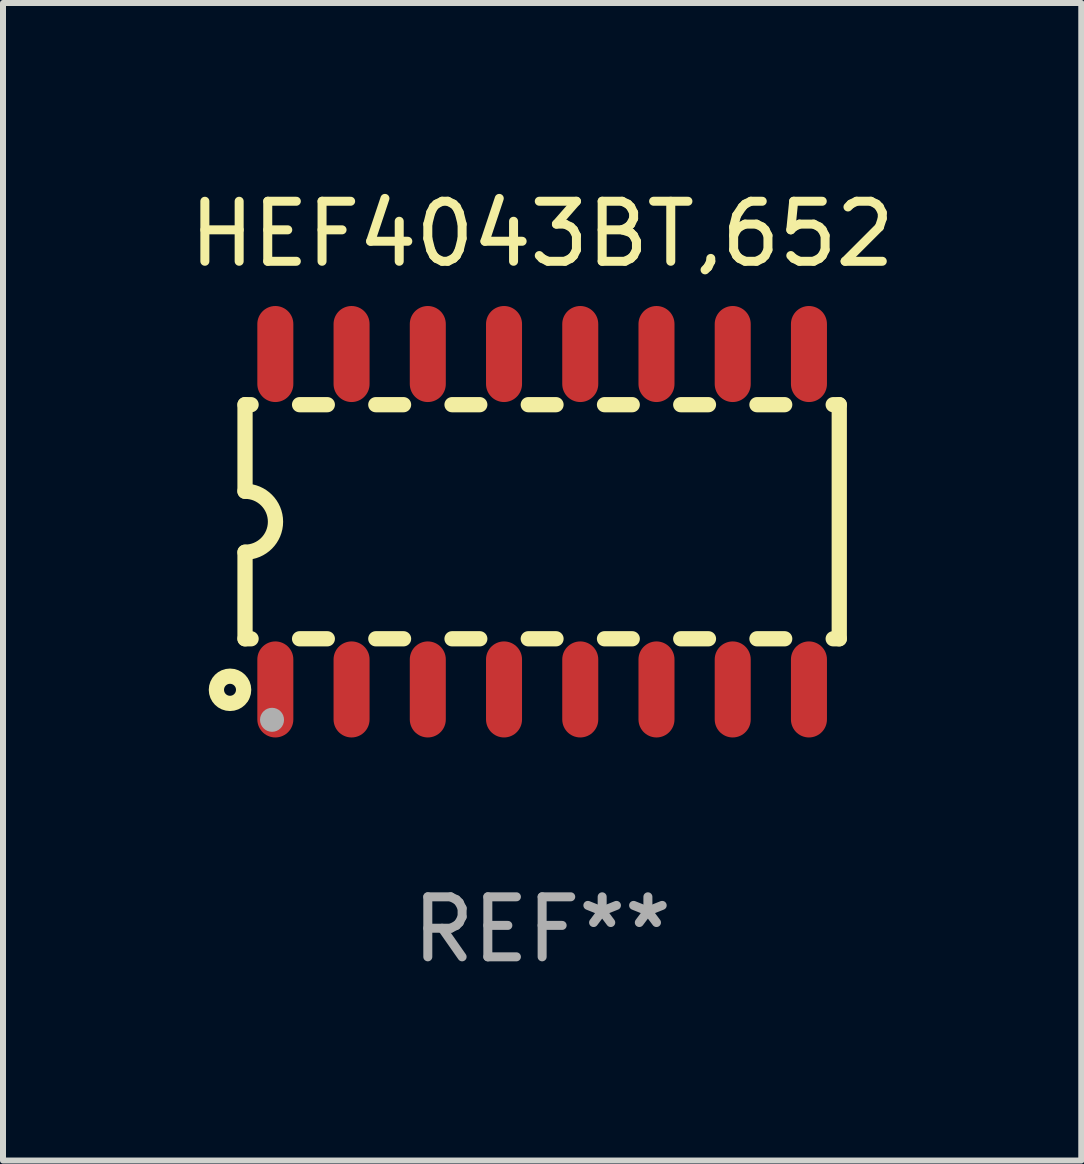
<source format=kicad_pcb>
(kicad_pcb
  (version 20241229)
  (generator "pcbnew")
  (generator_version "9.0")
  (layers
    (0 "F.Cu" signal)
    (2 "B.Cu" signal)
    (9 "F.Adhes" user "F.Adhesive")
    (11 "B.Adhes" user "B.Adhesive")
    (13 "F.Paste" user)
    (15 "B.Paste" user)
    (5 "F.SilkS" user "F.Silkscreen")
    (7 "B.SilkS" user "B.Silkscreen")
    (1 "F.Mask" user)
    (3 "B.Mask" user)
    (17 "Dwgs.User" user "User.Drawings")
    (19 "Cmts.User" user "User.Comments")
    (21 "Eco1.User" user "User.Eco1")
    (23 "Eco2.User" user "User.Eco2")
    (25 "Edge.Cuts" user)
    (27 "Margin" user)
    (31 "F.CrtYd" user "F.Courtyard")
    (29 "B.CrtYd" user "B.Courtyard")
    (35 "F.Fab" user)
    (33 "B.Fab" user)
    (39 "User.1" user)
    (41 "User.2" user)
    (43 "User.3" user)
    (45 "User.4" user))
  (footprint "HEF4043BT,652"
    (layer "F.Cu")
    (at 5.982 5.642)
    (property "Reference" "HEF4043BT,652" (at 0 -4.794 0) (layer "F.SilkS") (effects (font (size 1 1) (thickness 0.15))))
    (attr through_hole)
    (fp_line (start -4.95 -1.95) (end -4.95 -0.508) (stroke (width 0.254) (type solid)) (layer "F.SilkS"))
    (fp_line (start -4.95 -1.95) (end -4.849 -1.95) (stroke (width 0.254) (type solid)) (layer "F.SilkS"))
    (fp_line (start -4.95 1.95) (end -4.95 0.508) (stroke (width 0.254) (type solid)) (layer "F.SilkS"))
    (fp_line (start -4.95 1.95) (end -4.849 1.95) (stroke (width 0.254) (type solid)) (layer "F.SilkS"))
    (fp_line (start -4.041 -1.95) (end -3.579 -1.95) (stroke (width 0.254) (type solid)) (layer "F.SilkS"))
    (fp_line (start -4.041 1.95) (end -3.579 1.95) (stroke (width 0.254) (type solid)) (layer "F.SilkS"))
    (fp_line (start -2.771 -1.95) (end -2.309 -1.95) (stroke (width 0.254) (type solid)) (layer "F.SilkS"))
    (fp_line (start -2.771 1.95) (end -2.309 1.95) (stroke (width 0.254) (type solid)) (layer "F.SilkS"))
    (fp_line (start -1.501 -1.95) (end -1.039 -1.95) (stroke (width 0.254) (type solid)) (layer "F.SilkS"))
    (fp_line (start -1.501 1.95) (end -1.039 1.95) (stroke (width 0.254) (type solid)) (layer "F.SilkS"))
    (fp_line (start -0.231 -1.95) (end 0.231 -1.95) (stroke (width 0.254) (type solid)) (layer "F.SilkS"))
    (fp_line (start -0.231 1.95) (end 0.231 1.95) (stroke (width 0.254) (type solid)) (layer "F.SilkS"))
    (fp_line (start 1.039 -1.95) (end 1.501 -1.95) (stroke (width 0.254) (type solid)) (layer "F.SilkS"))
    (fp_line (start 1.039 1.95) (end 1.501 1.95) (stroke (width 0.254) (type solid)) (layer "F.SilkS"))
    (fp_line (start 2.309 -1.95) (end 2.771 -1.95) (stroke (width 0.254) (type solid)) (layer "F.SilkS"))
    (fp_line (start 2.309 1.95) (end 2.771 1.95) (stroke (width 0.254) (type solid)) (layer "F.SilkS"))
    (fp_line (start 3.579 -1.95) (end 4.041 -1.95) (stroke (width 0.254) (type solid)) (layer "F.SilkS"))
    (fp_line (start 3.579 1.95) (end 4.041 1.95) (stroke (width 0.254) (type solid)) (layer "F.SilkS"))
    (fp_line (start 4.849 -1.95) (end 4.95 -1.95) (stroke (width 0.254) (type solid)) (layer "F.SilkS"))
    (fp_line (start 4.849 1.95) (end 4.95 1.95) (stroke (width 0.254) (type solid)) (layer "F.SilkS"))
    (fp_line (start 4.95 -1.95) (end 4.95 1.95) (stroke (width 0.254) (type solid)) (layer "F.SilkS"))
    (fp_arc (start -4.95047 -0.508001) (mid -4.442469 -0.000228) (end -4.950013 0.508001) (stroke (width 0.254001) (type solid)) (layer "F.SilkS"))
    (fp_circle (center -5.2 2.8) (end -5.1 2.8) (stroke (width 0.254) (type solid)) (fill no) (layer "F.SilkS"))
    (fp_circle (center -4.95 2.947) (end -4.92 2.947) (stroke (width 0.06) (type solid)) (fill no) (layer "F.SilkS"))
    (fp_circle (center -4.5 3.3) (end -4.4 3.3) (stroke (width 0.2) (type solid)) (fill no) (layer "F.Fab"))
    (fp_text user "REF**" (at 0 6.794 0) (layer "F.Fab") (effects (font (size 1 1) (thickness 0.15))))
    (pad "1" smd oval (at -4.445 2.794) (size 0.6 1.6) (layers "F.Cu" "F.Mask" "F.Paste"))
    (pad "2" smd oval (at -3.175 2.794) (size 0.6 1.6) (layers "F.Cu" "F.Mask" "F.Paste"))
    (pad "3" smd oval (at -1.905 2.794) (size 0.6 1.6) (layers "F.Cu" "F.Mask" "F.Paste"))
    (pad "4" smd oval (at -0.635 2.794) (size 0.6 1.6) (layers "F.Cu" "F.Mask" "F.Paste"))
    (pad "5" smd oval (at 0.635 2.794) (size 0.6 1.6) (layers "F.Cu" "F.Mask" "F.Paste"))
    (pad "6" smd oval (at 1.905 2.794) (size 0.6 1.6) (layers "F.Cu" "F.Mask" "F.Paste"))
    (pad "7" smd oval (at 3.175 2.794) (size 0.6 1.6) (layers "F.Cu" "F.Mask" "F.Paste"))
    (pad "8" smd oval (at 4.445 2.794) (size 0.6 1.6) (layers "F.Cu" "F.Mask" "F.Paste"))
    (pad "9" smd oval (at 4.445 -2.794) (size 0.6 1.6) (layers "F.Cu" "F.Mask" "F.Paste"))
    (pad "10" smd oval (at 3.175 -2.794) (size 0.6 1.6) (layers "F.Cu" "F.Mask" "F.Paste"))
    (pad "11" smd oval (at 1.905 -2.794) (size 0.6 1.6) (layers "F.Cu" "F.Mask" "F.Paste"))
    (pad "12" smd oval (at 0.635 -2.794) (size 0.6 1.6) (layers "F.Cu" "F.Mask" "F.Paste"))
    (pad "13" smd oval (at -0.635 -2.794) (size 0.6 1.6) (layers "F.Cu" "F.Mask" "F.Paste"))
    (pad "14" smd oval (at -1.905 -2.794) (size 0.6 1.6) (layers "F.Cu" "F.Mask" "F.Paste"))
    (pad "15" smd oval (at -3.175 -2.794) (size 0.6 1.6) (layers "F.Cu" "F.Mask" "F.Paste"))
    (pad "16" smd oval (at -4.445 -2.794) (size 0.6 1.6) (layers "F.Cu" "F.Mask" "F.Paste")))
  (gr_rect
    (start -3 -3)
    (end 14.964 16.285)
    (stroke (width 0.1) (type default))
    (fill no)
    (layer "Edge.Cuts")))
</source>
